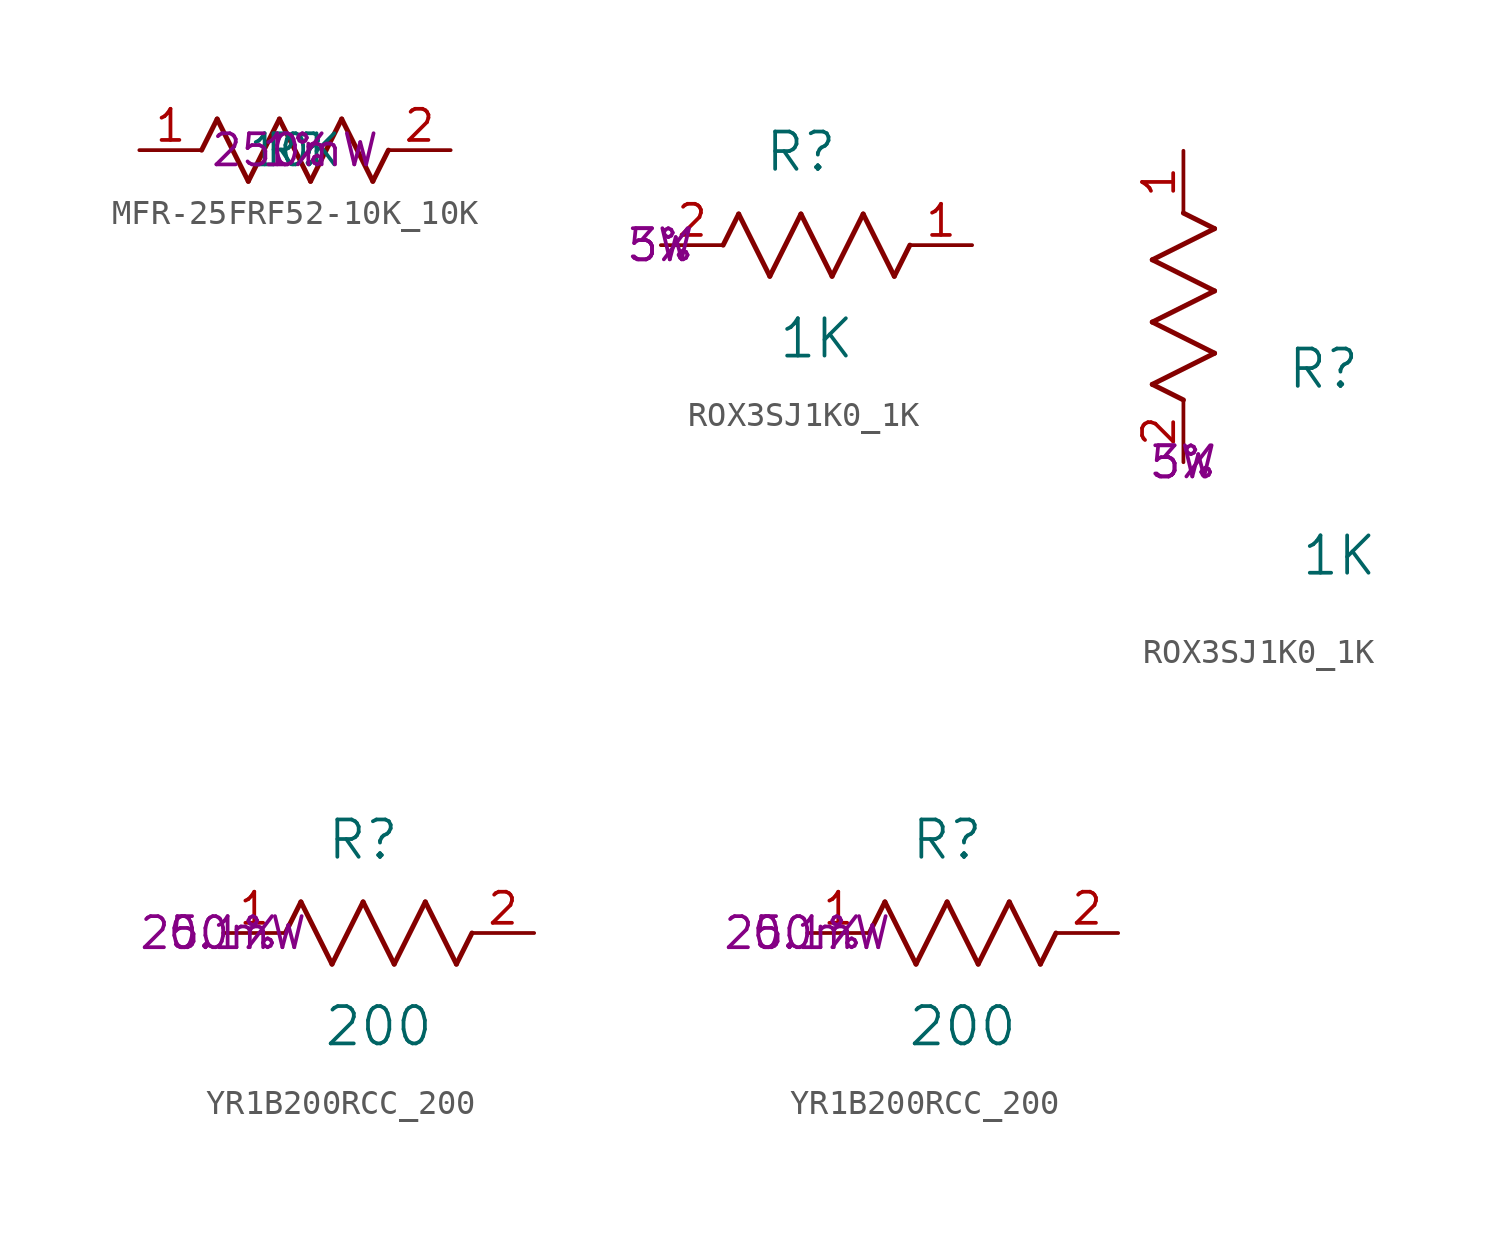
<source format=kicad_sym>
(kicad_symbol_lib
  (version 20241209)
  (generator "kicad_symbol_editor")
  (generator_version "9.0")
  (symbol "MFR-25FRF52-10K_10K"
    (property "Reference" "R"
      (at 0 0 0)
      (effects (font (size 1.27 1.27))))
    (property "Value" "10K"
      (at 0 0 0)
      (effects (font (size 1.27 1.27))))
    (property "Tolerance" "1%"
      (at 0 0 0)
      (effects (font (size 1.27 1.27))))
    (property "Watt" "250mW"
      (at 0 0 0)
      (effects (font (size 1.27 1.27))))
    (symbol "MFR-25FRF52-10K_10K_1_1"
      (polyline (pts (xy -3.81 0) (xy -3.175 1.27)) (stroke (width 0.203) (type default)) (fill (type none)))
      (polyline (pts (xy -3.175 1.27) (xy -1.905 -1.27)) (stroke (width 0.203) (type default)) (fill (type none)))
      (polyline (pts (xy -1.905 -1.27) (xy -0.635 1.27)) (stroke (width 0.203) (type default)) (fill (type none)))
      (polyline (pts (xy -0.635 1.27) (xy 0.635 -1.27)) (stroke (width 0.203) (type default)) (fill (type none)))
      (polyline (pts (xy 0.635 -1.27) (xy 1.905 1.27)) (stroke (width 0.203) (type default)) (fill (type none)))
      (polyline (pts (xy 1.905 1.27) (xy 3.175 -1.27)) (stroke (width 0.203) (type default)) (fill (type none)))
      (polyline (pts (xy 3.175 -1.27) (xy 3.81 0)) (stroke (width 0.203) (type default)) (fill (type none)))
      (pin unspecified line (at -6.35 0 0) (length 2.54) (name "" (effects (font (size 1.27 1.27)))) (number "1" (effects (font (size 1.27 1.27)))))
      (pin unspecified line (at 6.35 0 180) (length 2.54) (name "" (effects (font (size 1.27 1.27)))) (number "2" (effects (font (size 1.27 1.27)))))))
  (symbol "ROX3SJ1K0_1K"
    (pin_names
      (offset 0.254))
    (property "Reference" "R"
      (at 5.715 3.81 0)
      (effects (font (size 1.524 1.524))))
    (property "Value" "1K"
      (at 6.35 -3.81 0)
      (effects (font (size 1.524 1.524))))
    (property "Tolerance" "5%"
      (at 0 0 0)
      (effects (font (size 1.27 1.27))))
    (property "Watt" "3W"
      (at 0 0 0)
      (effects (font (size 1.27 1.27))))
    (symbol "ROX3SJ1K0_1K_1_1"
      (polyline (pts (xy 2.54 0) (xy 3.175 1.27)) (stroke (width 0.203) (type default)) (fill (type none)))
      (polyline (pts (xy 3.175 1.27) (xy 4.445 -1.27)) (stroke (width 0.203) (type default)) (fill (type none)))
      (polyline (pts (xy 4.445 -1.27) (xy 5.715 1.27)) (stroke (width 0.203) (type default)) (fill (type none)))
      (polyline (pts (xy 5.715 1.27) (xy 6.985 -1.27)) (stroke (width 0.203) (type default)) (fill (type none)))
      (polyline (pts (xy 6.985 -1.27) (xy 8.255 1.27)) (stroke (width 0.203) (type default)) (fill (type none)))
      (polyline (pts (xy 8.255 1.27) (xy 9.525 -1.27)) (stroke (width 0.203) (type default)) (fill (type none)))
      (polyline (pts (xy 9.525 -1.27) (xy 10.16 0)) (stroke (width 0.203) (type default)) (fill (type none)))
      (pin unspecified line (at 0 0 0) (length 2.54) (name "" (effects (font (size 1.27 1.27)))) (number "2" (effects (font (size 1.27 1.27)))))
      (pin unspecified line (at 12.7 0 180) (length 2.54) (name "" (effects (font (size 1.27 1.27)))) (number "1" (effects (font (size 1.27 1.27))))))
    (symbol "ROX3SJ1K0_1K_1_2"
      (polyline (pts (xy -1.27 8.255) (xy 1.27 9.525)) (stroke (width 0.203) (type default)) (fill (type none)))
      (polyline (pts (xy -1.27 5.715) (xy 1.27 6.985)) (stroke (width 0.203) (type default)) (fill (type none)))
      (polyline (pts (xy -1.27 3.175) (xy 1.27 4.445)) (stroke (width 0.203) (type default)) (fill (type none)))
      (polyline (pts (xy 0 2.54) (xy -1.27 3.175)) (stroke (width 0.203) (type default)) (fill (type none)))
      (polyline (pts (xy 1.27 9.525) (xy 0 10.16)) (stroke (width 0.203) (type default)) (fill (type none)))
      (polyline (pts (xy 1.27 6.985) (xy -1.27 8.255)) (stroke (width 0.203) (type default)) (fill (type none)))
      (polyline (pts (xy 1.27 4.445) (xy -1.27 5.715)) (stroke (width 0.203) (type default)) (fill (type none)))
      (pin unspecified line (at 0 12.7 270) (length 2.54) (name "" (effects (font (size 1.27 1.27)))) (number "1" (effects (font (size 1.27 1.27)))))
      (pin unspecified line (at 0 0 90) (length 2.54) (name "" (effects (font (size 1.27 1.27)))) (number "2" (effects (font (size 1.27 1.27)))))))
  (symbol "YR1B200RCC_200"
    (pin_names
      (offset 0.254))
    (property "Reference" "R"
      (at 5.715 3.81 0)
      (effects (font (size 1.524 1.524))))
    (property "Value" "200"
      (at 6.35 -3.81 0)
      (effects (font (size 1.524 1.524))))
    (property "Tolerance" "0.1%"
      (at 0 0 0)
      (effects (font (size 1.27 1.27))))
    (property "Watt" "250mW"
      (at 0 0 0)
      (effects (font (size 1.27 1.27))))
    (symbol "YR1B200RCC_200_1_1"
      (polyline (pts (xy 2.54 0) (xy 3.175 1.27)) (stroke (width 0.203) (type default)) (fill (type none)))
      (polyline (pts (xy 3.175 1.27) (xy 4.445 -1.27)) (stroke (width 0.203) (type default)) (fill (type none)))
      (polyline (pts (xy 4.445 -1.27) (xy 5.715 1.27)) (stroke (width 0.203) (type default)) (fill (type none)))
      (polyline (pts (xy 5.715 1.27) (xy 6.985 -1.27)) (stroke (width 0.203) (type default)) (fill (type none)))
      (polyline (pts (xy 6.985 -1.27) (xy 8.255 1.27)) (stroke (width 0.203) (type default)) (fill (type none)))
      (polyline (pts (xy 8.255 1.27) (xy 9.525 -1.27)) (stroke (width 0.203) (type default)) (fill (type none)))
      (polyline (pts (xy 9.525 -1.27) (xy 10.16 0)) (stroke (width 0.203) (type default)) (fill (type none)))
      (pin unspecified line (at 0 0 0) (length 2.54) (name "" (effects (font (size 1.27 1.27)))) (number "1" (effects (font (size 1.27 1.27)))))
      (pin unspecified line (at 12.7 0 180) (length 2.54) (name "" (effects (font (size 1.27 1.27)))) (number "2" (effects (font (size 1.27 1.27))))))
    (symbol "YR1B200RCC_200_1_2"
      (polyline (pts (xy 2.54 0) (xy 3.175 1.27)) (stroke (width 0.203) (type default)) (fill (type none)))
      (polyline (pts (xy 3.175 1.27) (xy 4.445 -1.27)) (stroke (width 0.203) (type default)) (fill (type none)))
      (polyline (pts (xy 4.445 -1.27) (xy 5.715 1.27)) (stroke (width 0.203) (type default)) (fill (type none)))
      (polyline (pts (xy 5.715 1.27) (xy 6.985 -1.27)) (stroke (width 0.203) (type default)) (fill (type none)))
      (polyline (pts (xy 6.985 -1.27) (xy 8.255 1.27)) (stroke (width 0.203) (type default)) (fill (type none)))
      (polyline (pts (xy 8.255 1.27) (xy 9.525 -1.27)) (stroke (width 0.203) (type default)) (fill (type none)))
      (polyline (pts (xy 9.525 -1.27) (xy 10.16 0)) (stroke (width 0.203) (type default)) (fill (type none)))
      (pin unspecified line (at 0 0 0) (length 2.54) (name "" (effects (font (size 1.27 1.27)))) (number "1" (effects (font (size 1.27 1.27)))))
      (pin unspecified line (at 12.7 0 180) (length 2.54) (name "" (effects (font (size 1.27 1.27)))) (number "2" (effects (font (size 1.27 1.27))))))))
</source>
